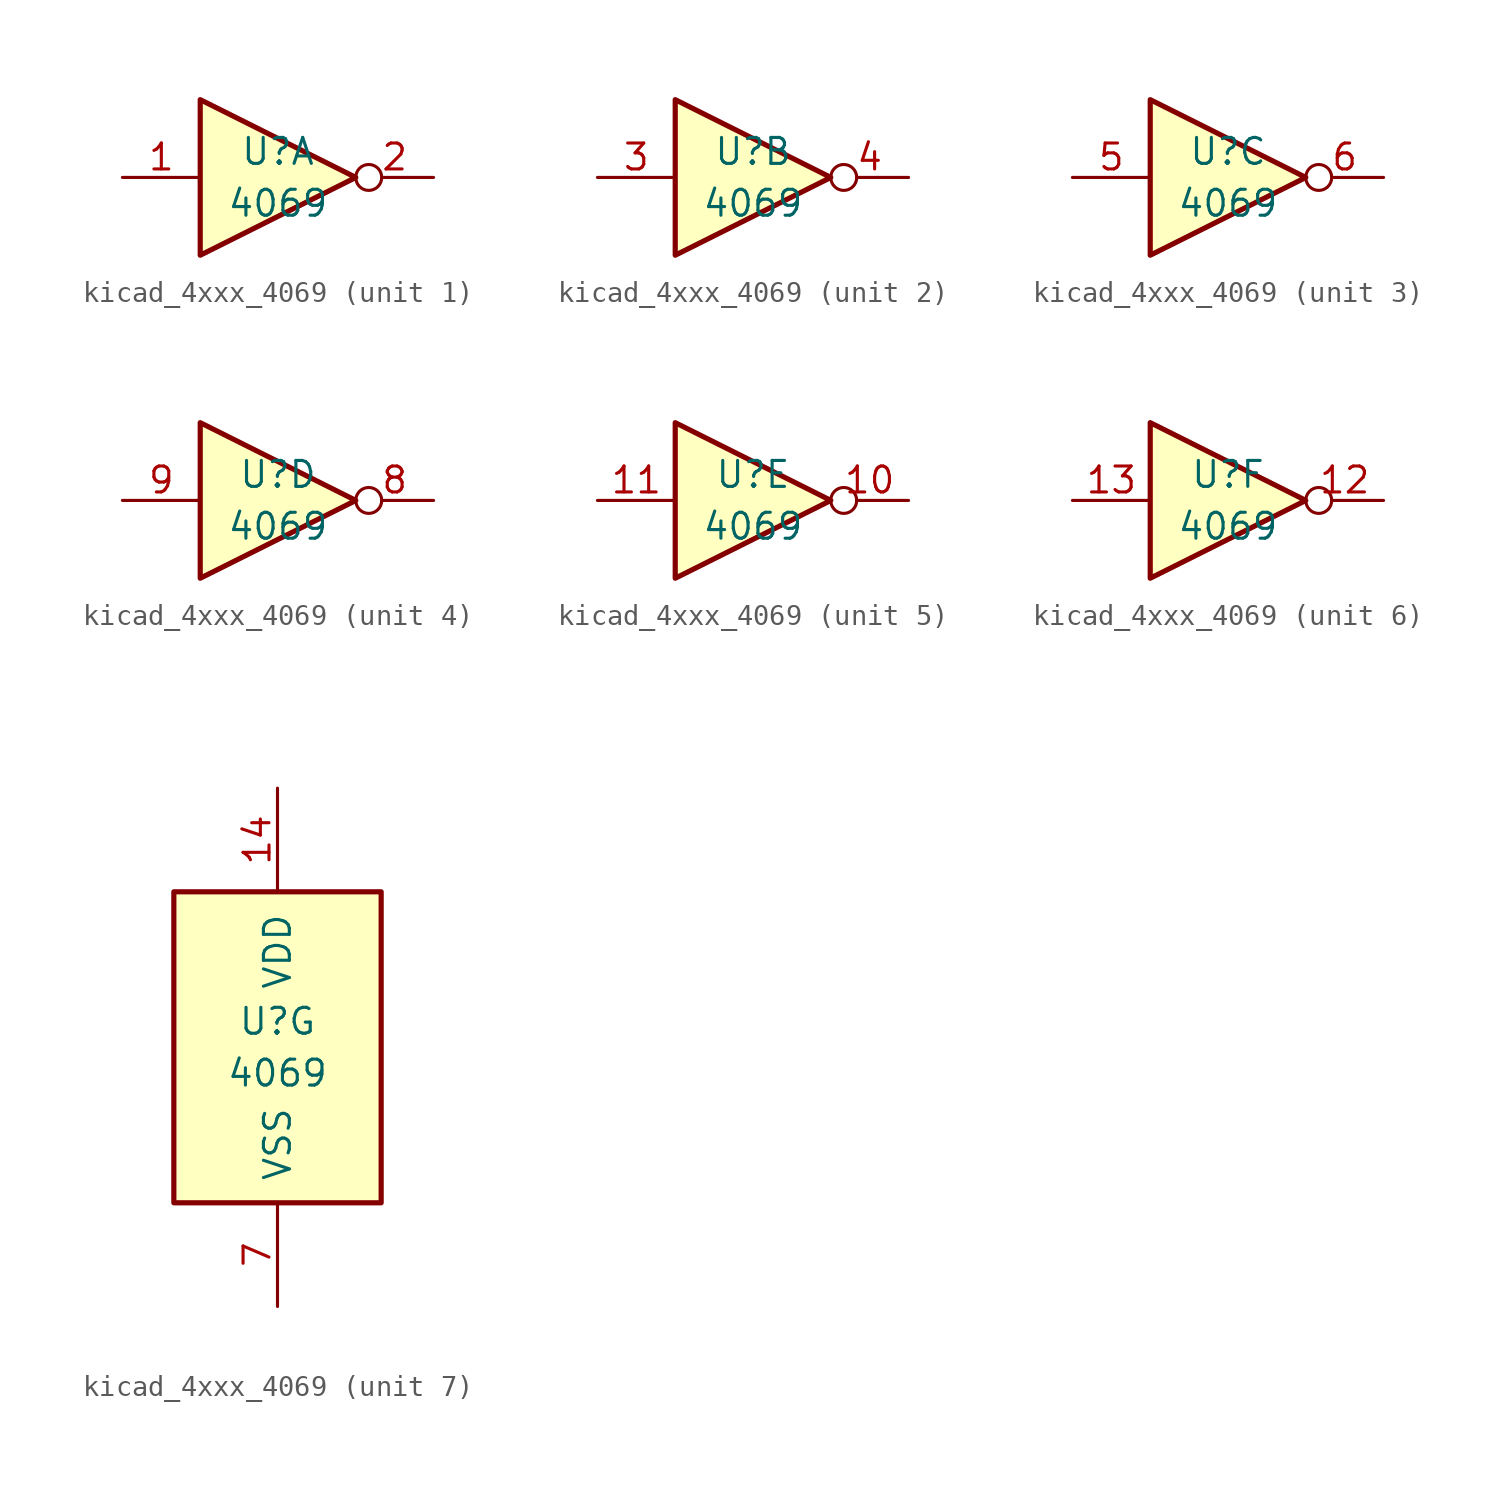
<source format=kicad_sym>
(kicad_symbol_lib
  (version 20220914)
  (generator kicad_symbol_editor)
  (symbol "kicad_4xxx_4069"
    (pin_names
      (offset 1.016))
    (property "Reference" "U"
      (at 0 1.27 0)
      (effects (font (size 1.27 1.27))))
    (property "Value" "4069"
      (at 0 -1.27 0)
      (effects (font (size 1.27 1.27))))
    (property "ki_locked" ""
      (at 0 0 0)
      (effects (font (size 1.27 1.27))))
    (symbol "kicad_4xxx_4069_1_0"
      (polyline (pts (xy -3.81 3.81) (xy -3.81 -3.81) (xy 3.81 0) (xy -3.81 3.81)) (stroke (width 0.254) (type default)) (fill (type background)))
      (pin input line (at -7.62 0 0) (length 3.81) (name "~" (effects (font (size 1.27 1.27)))) (number "1" (effects (font (size 1.27 1.27)))))
      (pin output inverted (at 7.62 0 180) (length 3.81) (name "~" (effects (font (size 1.27 1.27)))) (number "2" (effects (font (size 1.27 1.27))))))
    (symbol "kicad_4xxx_4069_2_0"
      (polyline (pts (xy -3.81 3.81) (xy -3.81 -3.81) (xy 3.81 0) (xy -3.81 3.81)) (stroke (width 0.254) (type default)) (fill (type background)))
      (pin input line (at -7.62 0 0) (length 3.81) (name "~" (effects (font (size 1.27 1.27)))) (number "3" (effects (font (size 1.27 1.27)))))
      (pin output inverted (at 7.62 0 180) (length 3.81) (name "~" (effects (font (size 1.27 1.27)))) (number "4" (effects (font (size 1.27 1.27))))))
    (symbol "kicad_4xxx_4069_3_0"
      (polyline (pts (xy -3.81 3.81) (xy -3.81 -3.81) (xy 3.81 0) (xy -3.81 3.81)) (stroke (width 0.254) (type default)) (fill (type background)))
      (pin input line (at -7.62 0 0) (length 3.81) (name "~" (effects (font (size 1.27 1.27)))) (number "5" (effects (font (size 1.27 1.27)))))
      (pin output inverted (at 7.62 0 180) (length 3.81) (name "~" (effects (font (size 1.27 1.27)))) (number "6" (effects (font (size 1.27 1.27))))))
    (symbol "kicad_4xxx_4069_4_0"
      (polyline (pts (xy -3.81 3.81) (xy -3.81 -3.81) (xy 3.81 0) (xy -3.81 3.81)) (stroke (width 0.254) (type default)) (fill (type background)))
      (pin output inverted (at 7.62 0 180) (length 3.81) (name "~" (effects (font (size 1.27 1.27)))) (number "8" (effects (font (size 1.27 1.27)))))
      (pin input line (at -7.62 0 0) (length 3.81) (name "~" (effects (font (size 1.27 1.27)))) (number "9" (effects (font (size 1.27 1.27))))))
    (symbol "kicad_4xxx_4069_5_0"
      (polyline (pts (xy -3.81 3.81) (xy -3.81 -3.81) (xy 3.81 0) (xy -3.81 3.81)) (stroke (width 0.254) (type default)) (fill (type background)))
      (pin output inverted (at 7.62 0 180) (length 3.81) (name "~" (effects (font (size 1.27 1.27)))) (number "10" (effects (font (size 1.27 1.27)))))
      (pin input line (at -7.62 0 0) (length 3.81) (name "~" (effects (font (size 1.27 1.27)))) (number "11" (effects (font (size 1.27 1.27))))))
    (symbol "kicad_4xxx_4069_6_0"
      (polyline (pts (xy -3.81 3.81) (xy -3.81 -3.81) (xy 3.81 0) (xy -3.81 3.81)) (stroke (width 0.254) (type default)) (fill (type background)))
      (pin output inverted (at 7.62 0 180) (length 3.81) (name "~" (effects (font (size 1.27 1.27)))) (number "12" (effects (font (size 1.27 1.27)))))
      (pin input line (at -7.62 0 0) (length 3.81) (name "~" (effects (font (size 1.27 1.27)))) (number "13" (effects (font (size 1.27 1.27))))))
    (symbol "kicad_4xxx_4069_7_0"
      (pin power_in line (at 0 12.7 270) (length 5.08) (name "VDD" (effects (font (size 1.27 1.27)))) (number "14" (effects (font (size 1.27 1.27)))))
      (pin power_in line (at 0 -12.7 90) (length 5.08) (name "VSS" (effects (font (size 1.27 1.27)))) (number "7" (effects (font (size 1.27 1.27))))))
    (symbol "kicad_4xxx_4069_7_1"
      (rectangle (start -5.08 7.62) (end 5.08 -7.62) (stroke (width 0.254) (type default)) (fill (type background))))))
</source>
